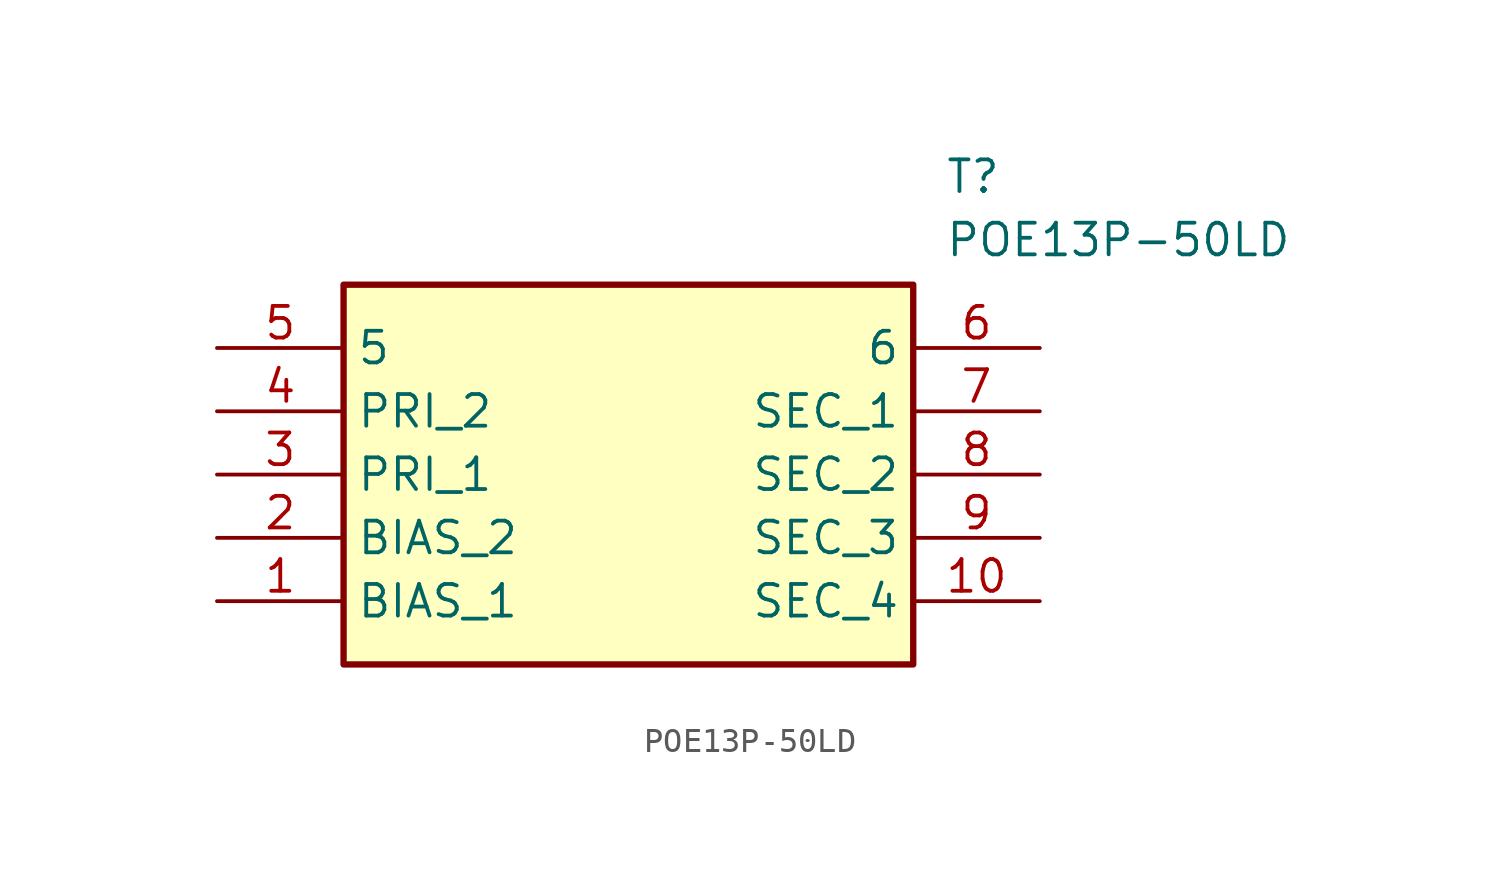
<source format=kicad_sym>
(kicad_symbol_lib
  (version 20220914)
  (generator SamacSys_ECAD_Model)
  (symbol "POE13P-50LD"
    (property "Reference" "T"
      (at 29.21 7.62 0)
      (effects (font (size 1.27 1.27)) (justify left top)))
    (property "Value" "POE13P-50LD"
      (at 29.21 5.08 0)
      (effects (font (size 1.27 1.27)) (justify left top)))
    (rectangle
      (start 5.08 2.54)
      (end 27.94 -12.7)
      (stroke (width 0.254) (type default))
      (fill (type background)))
    (pin passive line
      (at 0 -10.16 0)
      (length 5.08)
      (name "BIAS_1" (effects (font (size 1.27 1.27))))
      (number "1" (effects (font (size 1.27 1.27)))))
    (pin passive line
      (at 0 -7.62 0)
      (length 5.08)
      (name "BIAS_2" (effects (font (size 1.27 1.27))))
      (number "2" (effects (font (size 1.27 1.27)))))
    (pin passive line
      (at 0 -5.08 0)
      (length 5.08)
      (name "PRI_1" (effects (font (size 1.27 1.27))))
      (number "3" (effects (font (size 1.27 1.27)))))
    (pin passive line
      (at 0 -2.54 0)
      (length 5.08)
      (name "PRI_2" (effects (font (size 1.27 1.27))))
      (number "4" (effects (font (size 1.27 1.27)))))
    (pin passive line
      (at 0 0 0)
      (length 5.08)
      (name "5" (effects (font (size 1.27 1.27))))
      (number "5" (effects (font (size 1.27 1.27)))))
    (pin passive line
      (at 33.02 0 180)
      (length 5.08)
      (name "6" (effects (font (size 1.27 1.27))))
      (number "6" (effects (font (size 1.27 1.27)))))
    (pin passive line
      (at 33.02 -2.54 180)
      (length 5.08)
      (name "SEC_1" (effects (font (size 1.27 1.27))))
      (number "7" (effects (font (size 1.27 1.27)))))
    (pin passive line
      (at 33.02 -5.08 180)
      (length 5.08)
      (name "SEC_2" (effects (font (size 1.27 1.27))))
      (number "8" (effects (font (size 1.27 1.27)))))
    (pin passive line
      (at 33.02 -7.62 180)
      (length 5.08)
      (name "SEC_3" (effects (font (size 1.27 1.27))))
      (number "9" (effects (font (size 1.27 1.27)))))
    (pin passive line
      (at 33.02 -10.16 180)
      (length 5.08)
      (name "SEC_4" (effects (font (size 1.27 1.27))))
      (number "10" (effects (font (size 1.27 1.27)))))))
</source>
